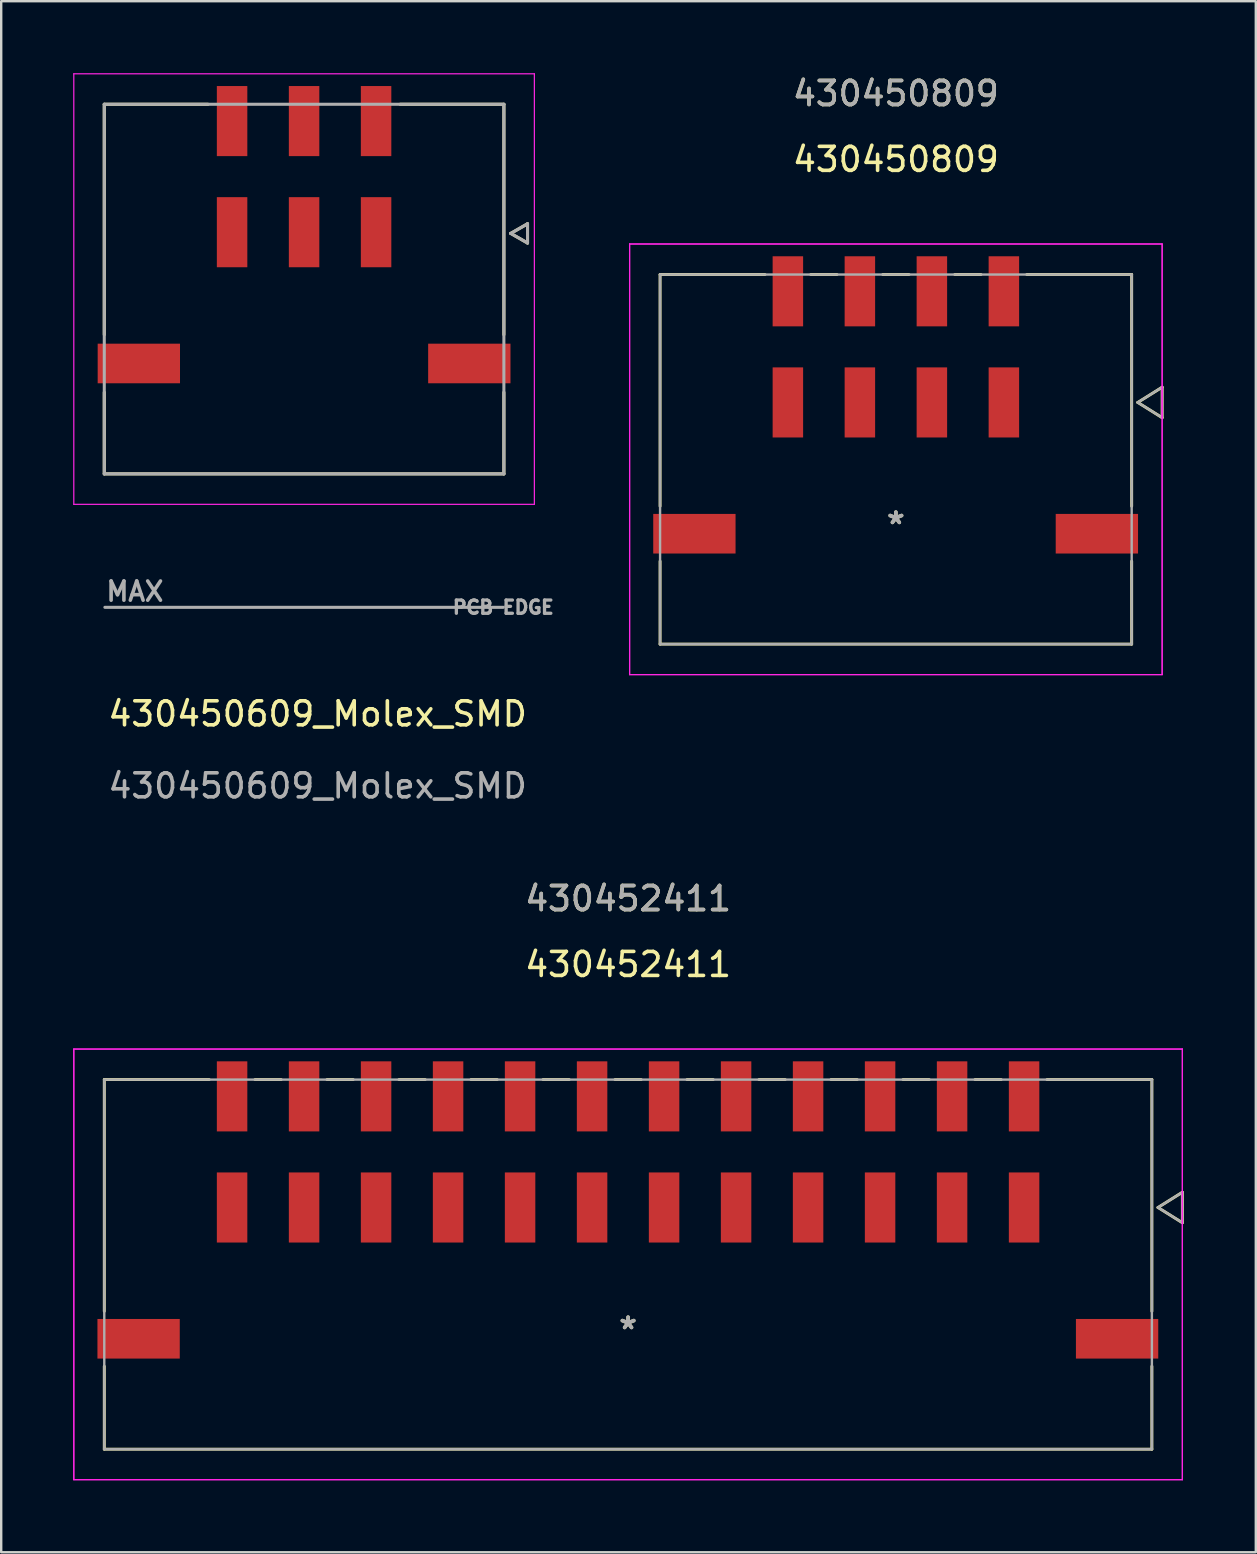
<source format=kicad_pcb>
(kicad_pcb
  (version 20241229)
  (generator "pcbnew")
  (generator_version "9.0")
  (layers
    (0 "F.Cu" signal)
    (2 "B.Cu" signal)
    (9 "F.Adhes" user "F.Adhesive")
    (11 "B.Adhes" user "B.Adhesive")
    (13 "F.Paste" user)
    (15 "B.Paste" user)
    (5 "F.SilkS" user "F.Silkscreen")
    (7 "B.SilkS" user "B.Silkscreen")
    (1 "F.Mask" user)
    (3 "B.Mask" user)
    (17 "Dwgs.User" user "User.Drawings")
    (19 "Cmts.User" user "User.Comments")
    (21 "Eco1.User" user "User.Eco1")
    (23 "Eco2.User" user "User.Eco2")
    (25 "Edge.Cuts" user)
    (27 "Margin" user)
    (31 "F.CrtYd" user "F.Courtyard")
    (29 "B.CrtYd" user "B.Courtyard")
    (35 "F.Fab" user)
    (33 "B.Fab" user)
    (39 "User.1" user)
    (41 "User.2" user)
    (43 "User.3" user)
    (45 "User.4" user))
  (footprint "430450809"
    (layer "F.Cu")
    (at 34.278 18.833)
    (property "Reference" "430450809" (at 0 -15.24 0) (layer "F.SilkS") (effects (font (size 1 1) (thickness 0.15))))
    (attr through_hole)
    (fp_line (start -9.825 -10.445) (end -9.825 -0.79) (stroke (width 0.12) (type solid)) (layer "F.SilkS"))
    (fp_line (start -9.825 1.5) (end -9.825 4.955) (stroke (width 0.12) (type solid)) (layer "F.SilkS"))
    (fp_line (start -9.825 4.955) (end 9.825 4.955) (stroke (width 0.12) (type solid)) (layer "F.SilkS"))
    (fp_line (start -5.455 -10.445) (end -9.825 -10.445) (stroke (width 0.12) (type solid)) (layer "F.SilkS"))
    (fp_line (start -2.455 -10.445) (end -3.545 -10.445) (stroke (width 0.12) (type solid)) (layer "F.SilkS"))
    (fp_line (start 0.545 -10.445) (end -0.545 -10.445) (stroke (width 0.12) (type solid)) (layer "F.SilkS"))
    (fp_line (start 3.545 -10.445) (end 2.455 -10.445) (stroke (width 0.12) (type solid)) (layer "F.SilkS"))
    (fp_line (start 9.825 -10.445) (end 5.455 -10.445) (stroke (width 0.12) (type solid)) (layer "F.SilkS"))
    (fp_line (start 9.825 -0.79) (end 9.825 -10.445) (stroke (width 0.12) (type solid)) (layer "F.SilkS"))
    (fp_line (start 9.825 4.955) (end 9.825 1.5) (stroke (width 0.12) (type solid)) (layer "F.SilkS"))
    (fp_line (start 10.079 -5.115) (end 11.095 -5.75) (stroke (width 0.12) (type solid)) (layer "F.SilkS"))
    (fp_line (start 11.095 -5.75) (end 11.095 -4.48) (stroke (width 0.12) (type solid)) (layer "F.SilkS"))
    (fp_line (start 11.095 -4.48) (end 10.079 -5.115) (stroke (width 0.12) (type solid)) (layer "F.SilkS"))
    (fp_line (start -11.095 -11.715) (end -11.095 6.225) (stroke (width 0.05) (type solid)) (layer "F.CrtYd"))
    (fp_line (start -11.095 -11.715) (end -11.095 6.225) (stroke (width 0.05) (type solid)) (layer "F.CrtYd"))
    (fp_line (start -11.095 6.225) (end 11.095 6.225) (stroke (width 0.05) (type solid)) (layer "F.CrtYd"))
    (fp_line (start -11.095 6.225) (end 11.095 6.225) (stroke (width 0.05) (type solid)) (layer "F.CrtYd"))
    (fp_line (start 11.095 -11.715) (end -11.095 -11.715) (stroke (width 0.05) (type solid)) (layer "F.CrtYd"))
    (fp_line (start 11.095 -11.715) (end -11.095 -11.715) (stroke (width 0.05) (type solid)) (layer "F.CrtYd"))
    (fp_line (start 11.095 6.225) (end 11.095 -11.715) (stroke (width 0.05) (type solid)) (layer "F.CrtYd"))
    (fp_line (start 11.095 6.225) (end 11.095 -11.715) (stroke (width 0.05) (type solid)) (layer "F.CrtYd"))
    (fp_line (start -9.825 -10.445) (end -9.825 4.955) (stroke (width 0.1) (type solid)) (layer "F.Fab"))
    (fp_line (start -9.825 4.955) (end 9.825 4.955) (stroke (width 0.1) (type solid)) (layer "F.Fab"))
    (fp_line (start 9.825 -10.445) (end -9.825 -10.445) (stroke (width 0.1) (type solid)) (layer "F.Fab"))
    (fp_line (start 9.825 4.955) (end 9.825 -10.445) (stroke (width 0.1) (type solid)) (layer "F.Fab"))
    (fp_line (start 10.079 -5.115) (end 11.095 -5.75) (stroke (width 0.1) (type solid)) (layer "F.Fab"))
    (fp_line (start 11.095 -5.75) (end 11.095 -4.48) (stroke (width 0.1) (type solid)) (layer "F.Fab"))
    (fp_line (start 11.095 -4.48) (end 10.079 -5.115) (stroke (width 0.1) (type solid)) (layer "F.Fab"))
    (fp_text user "430450809" (at 0 -17.985 0) (layer "F.SilkS") (effects (font (size 1 1) (thickness 0.15))))
    (fp_text user "*" (at 0 0 0) (layer "F.SilkS") (effects (font (size 1 1) (thickness 0.15))))
    (fp_text user "Copyright 2021 Accelerated Designs. All rights reserved." (at 0 0 0) (layer "Cmts.User") (effects (font (size 0.127 0.127) (thickness 0.002))))
    (fp_text user "430450809" (at 0 -17.985 0) (layer "F.Fab") (effects (font (size 1 1) (thickness 0.15))))
    (fp_text user "*" (at 0 0 0) (layer "F.Fab") (effects (font (size 1 1) (thickness 0.15))))
    (pad "1" smd rect (at 4.5 -5.115) (size 1.27 2.92) (layers "F.Cu" "F.Mask" "F.Paste"))
    (pad "2" smd rect (at 1.5 -5.115) (size 1.27 2.92) (layers "F.Cu" "F.Mask" "F.Paste"))
    (pad "3" smd rect (at -1.5 -5.115) (size 1.27 2.92) (layers "F.Cu" "F.Mask" "F.Paste"))
    (pad "4" smd rect (at -4.5 -5.115) (size 1.27 2.92) (layers "F.Cu" "F.Mask" "F.Paste"))
    (pad "5" smd rect (at 4.5 -9.745) (size 1.27 2.92) (layers "F.Cu" "F.Mask" "F.Paste"))
    (pad "6" smd rect (at 1.5 -9.745) (size 1.27 2.92) (layers "F.Cu" "F.Mask" "F.Paste"))
    (pad "7" smd rect (at -1.5 -9.745) (size 1.27 2.92) (layers "F.Cu" "F.Mask" "F.Paste"))
    (pad "8" smd rect (at -4.5 -9.745) (size 1.27 2.92) (layers "F.Cu" "F.Mask" "F.Paste"))
    (pad "S1" smd rect (at 8.375 0.355) (size 3.43 1.65) (layers "F.Cu" "F.Mask" "F.Paste"))
    (pad "S2" smd rect (at -8.395 0.355) (size 3.43 1.65) (layers "F.Cu" "F.Mask" "F.Paste")))
  (footprint "430450609_Molex_SMD"
    (layer "F.Cu")
    (at 10.185 10.185)
    (property "Reference" "430450609_Molex_SMD" (at 0 16.51 0) (unlocked yes) (layer "F.SilkS") (effects (font (size 1 1) (thickness 0.15))))
    (attr smd)
    (fp_poly (pts (xy -9.241 1.009) (xy -5.659 1.009) (xy -5.659 2.811) (xy -9.241 2.811)) (stroke (width 0.01) (type solid)) (fill yes) (layer "F.Mask"))
    (fp_poly (pts (xy -4.276 -9.726) (xy -2.854 -9.726) (xy -2.854 -6.654) (xy -4.276 -6.654)) (stroke (width 0.01) (type solid)) (fill yes) (layer "F.Mask"))
    (fp_poly (pts (xy -4.276 -5.096) (xy -2.854 -5.096) (xy -2.854 -2.024) (xy -4.276 -2.024)) (stroke (width 0.01) (type solid)) (fill yes) (layer "F.Mask"))
    (fp_poly (pts (xy -1.276 -9.726) (xy 0.146 -9.726) (xy 0.146 -6.654) (xy -1.276 -6.654)) (stroke (width 0.01) (type solid)) (fill yes) (layer "F.Mask"))
    (fp_poly (pts (xy -1.276 -5.096) (xy 0.146 -5.096) (xy 0.146 -2.024) (xy -1.276 -2.024)) (stroke (width 0.01) (type solid)) (fill yes) (layer "F.Mask"))
    (fp_poly (pts (xy 1.724 -9.726) (xy 3.146 -9.726) (xy 3.146 -6.654) (xy 1.724 -6.654)) (stroke (width 0.01) (type solid)) (fill yes) (layer "F.Mask"))
    (fp_poly (pts (xy 1.724 -5.096) (xy 3.146 -5.096) (xy 3.146 -2.024) (xy 1.724 -2.024)) (stroke (width 0.01) (type solid)) (fill yes) (layer "F.Mask"))
    (fp_poly (pts (xy 4.529 1.009) (xy 8.111 1.009) (xy 8.111 2.811) (xy 4.529 2.811)) (stroke (width 0.01) (type solid)) (fill yes) (layer "F.Mask"))
    (fp_line (start -8.89 -8.89) (end -8.89 0.71) (stroke (width 0.127) (type solid)) (layer "F.SilkS"))
    (fp_line (start -8.89 3.11) (end -8.89 6.51) (stroke (width 0.127) (type solid)) (layer "F.SilkS"))
    (fp_line (start -8.89 6.51) (end 7.76 6.51) (stroke (width 0.127) (type solid)) (layer "F.SilkS"))
    (fp_line (start -4.565 -8.89) (end -8.89 -8.89) (stroke (width 0.127) (type solid)) (layer "F.SilkS"))
    (fp_line (start 7.76 -8.89) (end 3.435 -8.89) (stroke (width 0.127) (type solid)) (layer "F.SilkS"))
    (fp_line (start 7.76 0.71) (end 7.76 -8.89) (stroke (width 0.127) (type solid)) (layer "F.SilkS"))
    (fp_line (start 7.76 6.51) (end 7.76 3.11) (stroke (width 0.127) (type solid)) (layer "F.SilkS"))
    (fp_line (start 8.045 -3.51) (end 8.745 -3.11) (stroke (width 0.127) (type solid)) (layer "F.SilkS"))
    (fp_line (start 8.745 -3.91) (end 8.045 -3.51) (stroke (width 0.127) (type solid)) (layer "F.SilkS"))
    (fp_line (start 8.745 -3.11) (end 8.745 -3.91) (stroke (width 0.127) (type solid)) (layer "F.SilkS"))
    (fp_line (start -10.16 -10.16) (end -10.16 7.78) (stroke (width 0.05) (type solid)) (layer "F.CrtYd"))
    (fp_line (start -10.16 7.78) (end 9.03 7.78) (stroke (width 0.05) (type solid)) (layer "F.CrtYd"))
    (fp_line (start 9.03 -10.16) (end -10.16 -10.16) (stroke (width 0.05) (type solid)) (layer "F.CrtYd"))
    (fp_line (start 9.03 7.78) (end 9.03 -10.16) (stroke (width 0.05) (type solid)) (layer "F.CrtYd"))
    (fp_line (start -8.89 -8.89) (end 7.76 -8.89) (stroke (width 0.127) (type solid)) (layer "F.Fab"))
    (fp_line (start -8.89 6.51) (end -8.89 -8.89) (stroke (width 0.127) (type solid)) (layer "F.Fab"))
    (fp_line (start -8.865 12.07) (end 7.735 12.07) (stroke (width 0.127) (type solid)) (layer "F.Fab"))
    (fp_line (start 7.76 -8.89) (end 7.76 6.51) (stroke (width 0.127) (type solid)) (layer "F.Fab"))
    (fp_line (start 7.76 6.51) (end -8.89 6.51) (stroke (width 0.127) (type solid)) (layer "F.Fab"))
    (fp_line (start 8.045 -3.51) (end 8.745 -3.11) (stroke (width 0.127) (type solid)) (layer "F.Fab"))
    (fp_line (start 8.745 -3.91) (end 8.045 -3.51) (stroke (width 0.127) (type solid)) (layer "F.Fab"))
    (fp_line (start 8.745 -3.11) (end 8.745 -3.91) (stroke (width 0.127) (type solid)) (layer "F.Fab"))
    (fp_text user "${REFERENCE}" (at 0 19.51 0) (unlocked yes) (layer "F.Fab") (effects (font (size 1 1) (thickness 0.15))))
    (fp_text user "PCB EDGE" (at 7.735 12.07 0) (layer "F.Fab") (effects (font (size 0.551 0.551) (thickness 0.15))))
    (fp_text user "MAX" (at -7.615 11.41 0) (layer "F.Fab") (effects (font (size 0.8 0.8) (thickness 0.15))))
    (pad "1" smd rect (at 2.435 -3.56) (size 1.27 2.92) (layers "F.Cu" "F.Paste"))
    (pad "2" smd rect (at -0.565 -3.56) (size 1.27 2.92) (layers "F.Cu" "F.Paste"))
    (pad "3" smd rect (at -3.565 -3.56) (size 1.27 2.92) (layers "F.Cu" "F.Paste"))
    (pad "4" smd rect (at 2.435 -8.19) (size 1.27 2.92) (layers "F.Cu" "F.Paste"))
    (pad "5" smd rect (at -0.565 -8.19) (size 1.27 2.92) (layers "F.Cu" "F.Paste"))
    (pad "6" smd rect (at -3.565 -8.19) (size 1.27 2.92) (layers "F.Cu" "F.Paste"))
    (pad "S1" smd rect (at 6.32 1.91) (size 3.43 1.65) (layers "F.Cu" "F.Paste"))
    (pad "S2" smd rect (at -7.45 1.91) (size 3.43 1.65) (layers "F.Cu" "F.Paste"))
    (zone (net_name "") (layer "F.Cu") (hatch full 0.508) (connect_pads) (min_thickness 0.01) (filled_areas_thickness no) (keepout (tracks not_allowed) (vias not_allowed) (pads not_allowed) (copperpour not_allowed) (footprints allowed)) (placement (enabled no)) (fill) (polygon (pts (xy 2.545 8.435) (xy 4.995 8.435) (xy 4.995 10.035) (xy 2.545 10.035))))
    (zone (net_name "") (layer "F.Cu") (hatch full 0.508) (connect_pads) (min_thickness 0.01) (filled_areas_thickness no) (keepout (tracks not_allowed) (vias not_allowed) (pads not_allowed) (copperpour not_allowed) (footprints allowed)) (placement (enabled no)) (fill) (polygon (pts (xy 14.245 8.435) (xy 16.695 8.435) (xy 16.695 10.035) (xy 14.245 10.035))))
    (zone (net_name "") (layers "F.Cu" "B.Cu") (hatch full 0.508) (connect_pads) (min_thickness 0.01) (filled_areas_thickness no) (keepout (tracks allowed) (vias not_allowed) (pads allowed) (copperpour allowed) (footprints allowed)) (placement (enabled no)) (fill) (polygon (pts (xy 2.545 8.435) (xy 4.995 8.435) (xy 4.995 10.035) (xy 2.545 10.035))))
    (zone (net_name "") (layers "F.Cu" "B.Cu") (hatch full 0.508) (connect_pads) (min_thickness 0.01) (filled_areas_thickness no) (keepout (tracks allowed) (vias not_allowed) (pads allowed) (copperpour allowed) (footprints allowed)) (placement (enabled no)) (fill) (polygon (pts (xy 14.245 8.435) (xy 16.695 8.435) (xy 16.695 10.035) (xy 14.245 10.035)))))
  (footprint "430452411"
    (layer "F.Cu")
    (at 23.12 52.377)
    (property "Reference" "430452411" (at 0 -15.24 0) (layer "F.SilkS") (effects (font (size 1 1) (thickness 0.15))))
    (attr through_hole)
    (fp_line (start -21.825 -10.445) (end -21.825 -0.79) (stroke (width 0.12) (type solid)) (layer "F.SilkS"))
    (fp_line (start -21.825 1.5) (end -21.825 4.955) (stroke (width 0.12) (type solid)) (layer "F.SilkS"))
    (fp_line (start -21.825 4.955) (end 21.825 4.955) (stroke (width 0.12) (type solid)) (layer "F.SilkS"))
    (fp_line (start -17.455 -10.445) (end -21.825 -10.445) (stroke (width 0.12) (type solid)) (layer "F.SilkS"))
    (fp_line (start -14.455 -10.445) (end -15.545 -10.445) (stroke (width 0.12) (type solid)) (layer "F.SilkS"))
    (fp_line (start -11.455 -10.445) (end -12.545 -10.445) (stroke (width 0.12) (type solid)) (layer "F.SilkS"))
    (fp_line (start -8.455 -10.445) (end -9.545 -10.445) (stroke (width 0.12) (type solid)) (layer "F.SilkS"))
    (fp_line (start -5.455 -10.445) (end -6.545 -10.445) (stroke (width 0.12) (type solid)) (layer "F.SilkS"))
    (fp_line (start -2.455 -10.445) (end -3.545 -10.445) (stroke (width 0.12) (type solid)) (layer "F.SilkS"))
    (fp_line (start 0.545 -10.445) (end -0.545 -10.445) (stroke (width 0.12) (type solid)) (layer "F.SilkS"))
    (fp_line (start 3.545 -10.445) (end 2.455 -10.445) (stroke (width 0.12) (type solid)) (layer "F.SilkS"))
    (fp_line (start 6.545 -10.445) (end 5.455 -10.445) (stroke (width 0.12) (type solid)) (layer "F.SilkS"))
    (fp_line (start 9.545 -10.445) (end 8.455 -10.445) (stroke (width 0.12) (type solid)) (layer "F.SilkS"))
    (fp_line (start 12.545 -10.445) (end 11.455 -10.445) (stroke (width 0.12) (type solid)) (layer "F.SilkS"))
    (fp_line (start 15.545 -10.445) (end 14.455 -10.445) (stroke (width 0.12) (type solid)) (layer "F.SilkS"))
    (fp_line (start 21.825 -10.445) (end 17.455 -10.445) (stroke (width 0.12) (type solid)) (layer "F.SilkS"))
    (fp_line (start 21.825 -0.79) (end 21.825 -10.445) (stroke (width 0.12) (type solid)) (layer "F.SilkS"))
    (fp_line (start 21.825 4.955) (end 21.825 1.5) (stroke (width 0.12) (type solid)) (layer "F.SilkS"))
    (fp_line (start 22.079 -5.115) (end 23.095 -5.75) (stroke (width 0.12) (type solid)) (layer "F.SilkS"))
    (fp_line (start 23.095 -5.75) (end 23.095 -4.48) (stroke (width 0.12) (type solid)) (layer "F.SilkS"))
    (fp_line (start 23.095 -4.48) (end 22.079 -5.115) (stroke (width 0.12) (type solid)) (layer "F.SilkS"))
    (fp_line (start -23.095 -11.715) (end -23.095 6.225) (stroke (width 0.05) (type solid)) (layer "F.CrtYd"))
    (fp_line (start -23.095 -11.715) (end -23.095 6.225) (stroke (width 0.05) (type solid)) (layer "F.CrtYd"))
    (fp_line (start -23.095 6.225) (end 23.095 6.225) (stroke (width 0.05) (type solid)) (layer "F.CrtYd"))
    (fp_line (start -23.095 6.225) (end 23.095 6.225) (stroke (width 0.05) (type solid)) (layer "F.CrtYd"))
    (fp_line (start 23.095 -11.715) (end -23.095 -11.715) (stroke (width 0.05) (type solid)) (layer "F.CrtYd"))
    (fp_line (start 23.095 -11.715) (end -23.095 -11.715) (stroke (width 0.05) (type solid)) (layer "F.CrtYd"))
    (fp_line (start 23.095 6.225) (end 23.095 -11.715) (stroke (width 0.05) (type solid)) (layer "F.CrtYd"))
    (fp_line (start 23.095 6.225) (end 23.095 -11.715) (stroke (width 0.05) (type solid)) (layer "F.CrtYd"))
    (fp_line (start -21.825 -10.445) (end -21.825 4.955) (stroke (width 0.1) (type solid)) (layer "F.Fab"))
    (fp_line (start -21.825 4.955) (end 21.825 4.955) (stroke (width 0.1) (type solid)) (layer "F.Fab"))
    (fp_line (start 21.825 -10.445) (end -21.825 -10.445) (stroke (width 0.1) (type solid)) (layer "F.Fab"))
    (fp_line (start 21.825 4.955) (end 21.825 -10.445) (stroke (width 0.1) (type solid)) (layer "F.Fab"))
    (fp_line (start 22.079 -5.115) (end 23.095 -5.75) (stroke (width 0.1) (type solid)) (layer "F.Fab"))
    (fp_line (start 23.095 -5.75) (end 23.095 -4.48) (stroke (width 0.1) (type solid)) (layer "F.Fab"))
    (fp_line (start 23.095 -4.48) (end 22.079 -5.115) (stroke (width 0.1) (type solid)) (layer "F.Fab"))
    (fp_text user "430452411" (at 0 -17.985 0) (layer "F.SilkS") (effects (font (size 1 1) (thickness 0.15))))
    (fp_text user "*" (at 0 0 0) (layer "F.SilkS") (effects (font (size 1 1) (thickness 0.15))))
    (fp_text user "Copyright 2021 Accelerated Designs. All rights reserved." (at 0 0 0) (layer "Cmts.User") (effects (font (size 0.127 0.127) (thickness 0.002))))
    (fp_text user "430452411" (at 0 -17.985 0) (layer "F.Fab") (effects (font (size 1 1) (thickness 0.15))))
    (fp_text user "*" (at 0 0 0) (layer "F.Fab") (effects (font (size 1 1) (thickness 0.15))))
    (pad "1" smd rect (at 16.5 -5.115) (size 1.27 2.92) (layers "F.Cu" "F.Mask" "F.Paste"))
    (pad "2" smd rect (at 13.5 -5.115) (size 1.27 2.92) (layers "F.Cu" "F.Mask" "F.Paste"))
    (pad "3" smd rect (at 10.5 -5.115) (size 1.27 2.92) (layers "F.Cu" "F.Mask" "F.Paste"))
    (pad "4" smd rect (at 7.5 -5.115) (size 1.27 2.92) (layers "F.Cu" "F.Mask" "F.Paste"))
    (pad "5" smd rect (at 4.5 -5.115) (size 1.27 2.92) (layers "F.Cu" "F.Mask" "F.Paste"))
    (pad "6" smd rect (at 1.5 -5.115) (size 1.27 2.92) (layers "F.Cu" "F.Mask" "F.Paste"))
    (pad "7" smd rect (at -1.5 -5.115) (size 1.27 2.92) (layers "F.Cu" "F.Mask" "F.Paste"))
    (pad "8" smd rect (at -4.5 -5.115) (size 1.27 2.92) (layers "F.Cu" "F.Mask" "F.Paste"))
    (pad "9" smd rect (at -7.5 -5.115) (size 1.27 2.92) (layers "F.Cu" "F.Mask" "F.Paste"))
    (pad "10" smd rect (at -10.5 -5.115) (size 1.27 2.92) (layers "F.Cu" "F.Mask" "F.Paste"))
    (pad "11" smd rect (at -13.5 -5.115) (size 1.27 2.92) (layers "F.Cu" "F.Mask" "F.Paste"))
    (pad "12" smd rect (at -16.5 -5.115) (size 1.27 2.92) (layers "F.Cu" "F.Mask" "F.Paste"))
    (pad "13" smd rect (at 16.5 -9.745) (size 1.27 2.92) (layers "F.Cu" "F.Mask" "F.Paste"))
    (pad "14" smd rect (at 13.5 -9.745) (size 1.27 2.92) (layers "F.Cu" "F.Mask" "F.Paste"))
    (pad "15" smd rect (at 10.5 -9.745) (size 1.27 2.92) (layers "F.Cu" "F.Mask" "F.Paste"))
    (pad "16" smd rect (at 7.5 -9.745) (size 1.27 2.92) (layers "F.Cu" "F.Mask" "F.Paste"))
    (pad "17" smd rect (at 4.5 -9.745) (size 1.27 2.92) (layers "F.Cu" "F.Mask" "F.Paste"))
    (pad "18" smd rect (at 1.5 -9.745) (size 1.27 2.92) (layers "F.Cu" "F.Mask" "F.Paste"))
    (pad "19" smd rect (at -1.5 -9.745) (size 1.27 2.92) (layers "F.Cu" "F.Mask" "F.Paste"))
    (pad "20" smd rect (at -4.5 -9.745) (size 1.27 2.92) (layers "F.Cu" "F.Mask" "F.Paste"))
    (pad "21" smd rect (at -7.5 -9.745) (size 1.27 2.92) (layers "F.Cu" "F.Mask" "F.Paste"))
    (pad "22" smd rect (at -10.5 -9.745) (size 1.27 2.92) (layers "F.Cu" "F.Mask" "F.Paste"))
    (pad "23" smd rect (at -13.5 -9.745) (size 1.27 2.92) (layers "F.Cu" "F.Mask" "F.Paste"))
    (pad "24" smd rect (at -16.5 -9.745) (size 1.27 2.92) (layers "F.Cu" "F.Mask" "F.Paste"))
    (pad "S1" smd rect (at 20.375 0.355) (size 3.43 1.65) (layers "F.Cu" "F.Mask" "F.Paste"))
    (pad "S2" smd rect (at -20.395 0.355) (size 3.43 1.65) (layers "F.Cu" "F.Mask" "F.Paste")))
  (gr_rect
    (start -3 -3)
    (end 49.275 61.627)
    (stroke (width 0.1) (type default))
    (fill no)
    (layer "Edge.Cuts")))
</source>
